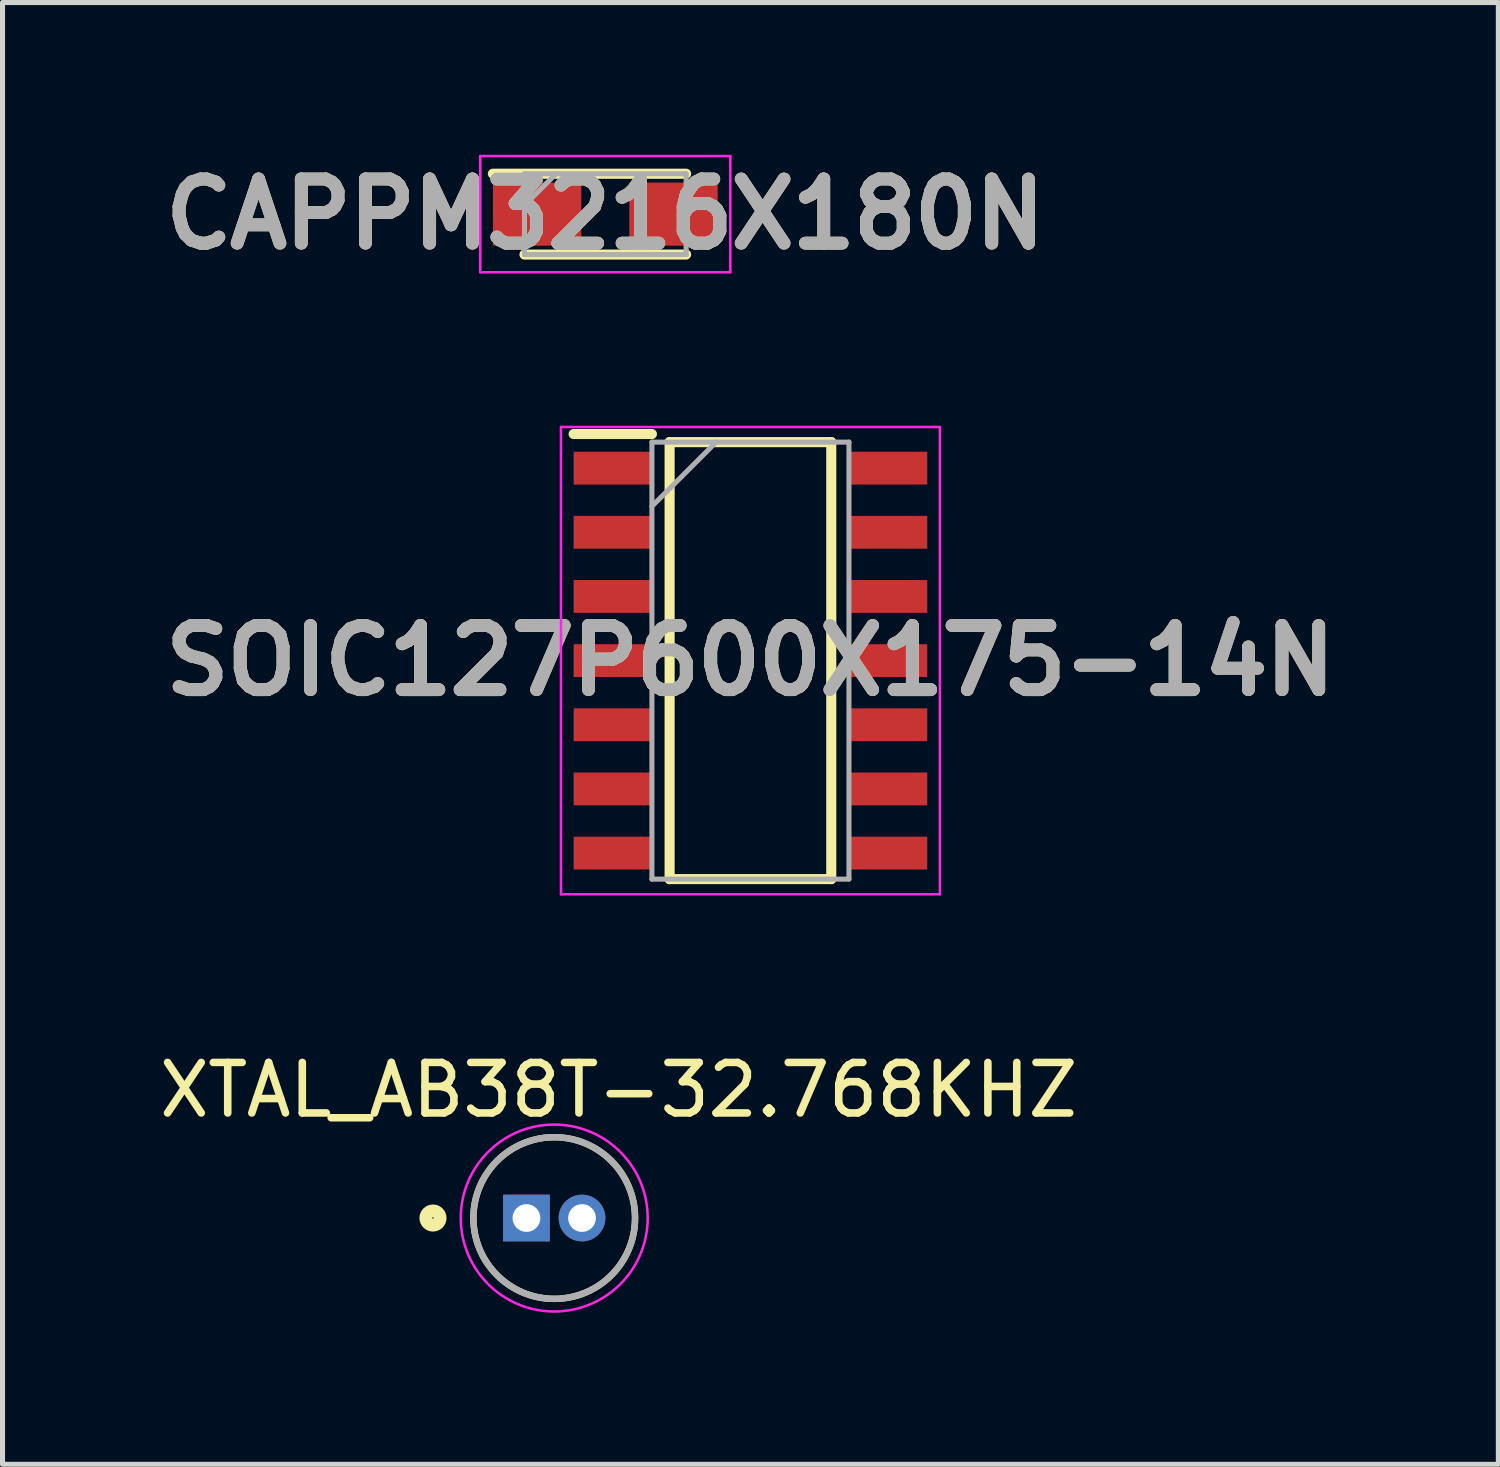
<source format=kicad_pcb>
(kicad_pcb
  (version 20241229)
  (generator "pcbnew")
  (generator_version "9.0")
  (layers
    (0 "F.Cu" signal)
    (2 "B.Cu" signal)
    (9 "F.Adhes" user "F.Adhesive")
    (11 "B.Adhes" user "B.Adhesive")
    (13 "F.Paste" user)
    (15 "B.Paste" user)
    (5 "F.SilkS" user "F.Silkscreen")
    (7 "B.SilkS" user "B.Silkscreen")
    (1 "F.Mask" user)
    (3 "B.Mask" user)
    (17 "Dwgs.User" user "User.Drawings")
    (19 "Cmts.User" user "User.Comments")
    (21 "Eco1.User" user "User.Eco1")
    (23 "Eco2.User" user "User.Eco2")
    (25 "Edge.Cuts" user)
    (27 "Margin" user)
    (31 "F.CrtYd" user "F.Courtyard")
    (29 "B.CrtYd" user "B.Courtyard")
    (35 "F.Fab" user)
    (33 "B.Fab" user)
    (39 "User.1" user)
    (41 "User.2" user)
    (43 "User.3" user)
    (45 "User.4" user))
  (footprint "SOIC127P600X175-14N"
    (layer "F.Cu")
    (at 11.805 10.027)
    (property "Reference" "SOIC127P600X175-14N" (at 0 0 0) (layer "F.SilkS") (effects (font (size 1.27 1.27) (thickness 0.254))))
    (attr smd)
    (fp_line (start -3.5 -4.485) (end -1.95 -4.485) (stroke (width 0.2) (type solid)) (layer "F.SilkS"))
    (fp_line (start -1.6 -4.325) (end 1.6 -4.325) (stroke (width 0.2) (type solid)) (layer "F.SilkS"))
    (fp_line (start -1.6 4.325) (end -1.6 -4.325) (stroke (width 0.2) (type solid)) (layer "F.SilkS"))
    (fp_line (start 1.6 -4.325) (end 1.6 4.325) (stroke (width 0.2) (type solid)) (layer "F.SilkS"))
    (fp_line (start 1.6 4.325) (end -1.6 4.325) (stroke (width 0.2) (type solid)) (layer "F.SilkS"))
    (fp_line (start -3.75 -4.625) (end 3.75 -4.625) (stroke (width 0.05) (type solid)) (layer "F.CrtYd"))
    (fp_line (start -3.75 4.625) (end -3.75 -4.625) (stroke (width 0.05) (type solid)) (layer "F.CrtYd"))
    (fp_line (start 3.75 -4.625) (end 3.75 4.625) (stroke (width 0.05) (type solid)) (layer "F.CrtYd"))
    (fp_line (start 3.75 4.625) (end -3.75 4.625) (stroke (width 0.05) (type solid)) (layer "F.CrtYd"))
    (fp_line (start -1.95 -4.325) (end 1.95 -4.325) (stroke (width 0.1) (type solid)) (layer "F.Fab"))
    (fp_line (start -1.95 -3.055) (end -0.68 -4.325) (stroke (width 0.1) (type solid)) (layer "F.Fab"))
    (fp_line (start -1.95 4.325) (end -1.95 -4.325) (stroke (width 0.1) (type solid)) (layer "F.Fab"))
    (fp_line (start 1.95 -4.325) (end 1.95 4.325) (stroke (width 0.1) (type solid)) (layer "F.Fab"))
    (fp_line (start 1.95 4.325) (end -1.95 4.325) (stroke (width 0.1) (type solid)) (layer "F.Fab"))
    (fp_text user "${REFERENCE}" (at 0 0 0) (layer "F.Fab") (effects (font (size 1.27 1.27) (thickness 0.254))))
    (pad "1" smd rect (at -2.725 -3.81 90) (size 0.65 1.55) (layers "F.Cu" "F.Mask" "F.Paste"))
    (pad "2" smd rect (at -2.725 -2.54 90) (size 0.65 1.55) (layers "F.Cu" "F.Mask" "F.Paste"))
    (pad "3" smd rect (at -2.725 -1.27 90) (size 0.65 1.55) (layers "F.Cu" "F.Mask" "F.Paste"))
    (pad "4" smd rect (at -2.725 0 90) (size 0.65 1.55) (layers "F.Cu" "F.Mask" "F.Paste"))
    (pad "5" smd rect (at -2.725 1.27 90) (size 0.65 1.55) (layers "F.Cu" "F.Mask" "F.Paste"))
    (pad "6" smd rect (at -2.725 2.54 90) (size 0.65 1.55) (layers "F.Cu" "F.Mask" "F.Paste"))
    (pad "7" smd rect (at -2.725 3.81 90) (size 0.65 1.55) (layers "F.Cu" "F.Mask" "F.Paste"))
    (pad "8" smd rect (at 2.725 3.81 90) (size 0.65 1.55) (layers "F.Cu" "F.Mask" "F.Paste"))
    (pad "9" smd rect (at 2.725 2.54 90) (size 0.65 1.55) (layers "F.Cu" "F.Mask" "F.Paste"))
    (pad "10" smd rect (at 2.725 1.27 90) (size 0.65 1.55) (layers "F.Cu" "F.Mask" "F.Paste"))
    (pad "11" smd rect (at 2.725 0 90) (size 0.65 1.55) (layers "F.Cu" "F.Mask" "F.Paste"))
    (pad "12" smd rect (at 2.725 -1.27 90) (size 0.65 1.55) (layers "F.Cu" "F.Mask" "F.Paste"))
    (pad "13" smd rect (at 2.725 -2.54 90) (size 0.65 1.55) (layers "F.Cu" "F.Mask" "F.Paste"))
    (pad "14" smd rect (at 2.725 -3.81 90) (size 0.65 1.55) (layers "F.Cu" "F.Mask" "F.Paste")))
  (footprint "XTAL_AB38T-32.768KHZ"
    (layer "F.Cu")
    (at 7.921 21.061)
    (property "Reference" "XTAL_AB38T-32.768KHZ" (at 1.275 -2.535 0) (layer "F.SilkS") (effects (font (size 1 1) (thickness 0.15))))
    (attr through_hole)
    (fp_circle (center -2.4 0) (end -2.259 0) (stroke (width 0.254) (type solid)) (fill no) (layer "F.SilkS"))
    (fp_circle (center 0 0) (end 1.6 0) (stroke (width 0.127) (type solid)) (fill no) (layer "F.SilkS"))
    (fp_circle (center 0 0) (end 1.85 0) (stroke (width 0.05) (type solid)) (fill no) (layer "F.CrtYd"))
    (fp_circle (center 0 0) (end 1.6 0) (stroke (width 0.127) (type solid)) (fill no) (layer "F.Fab"))
    (pad "1" thru_hole rect (at -0.55 0) (size 0.925 0.925) (drill 0.55) (layers "*.Cu" "*.Mask"))
    (pad "2" thru_hole circle (at 0.55 0) (size 0.925 0.925) (drill 0.55) (layers "*.Cu" "*.Mask")))
  (footprint "CAPPM3216X180N"
    (layer "F.Cu")
    (at 8.932 1.189)
    (property "Reference" "CAPPM3216X180N" (at 0 0 0) (layer "F.SilkS") (effects (font (size 1.27 1.27) (thickness 0.254))))
    (attr smd)
    (fp_line (start -1.6 0.8) (end 1.6 0.8) (stroke (width 0.2) (type solid)) (layer "F.SilkS"))
    (fp_line (start 1.6 -0.8) (end -2.225 -0.8) (stroke (width 0.2) (type solid)) (layer "F.SilkS"))
    (fp_line (start -2.475 -1.15) (end 2.475 -1.15) (stroke (width 0.05) (type solid)) (layer "F.CrtYd"))
    (fp_line (start -2.475 1.15) (end -2.475 -1.15) (stroke (width 0.05) (type solid)) (layer "F.CrtYd"))
    (fp_line (start 2.475 -1.15) (end 2.475 1.15) (stroke (width 0.05) (type solid)) (layer "F.CrtYd"))
    (fp_line (start 2.475 1.15) (end -2.475 1.15) (stroke (width 0.05) (type solid)) (layer "F.CrtYd"))
    (fp_line (start -1.6 -0.8) (end 1.6 -0.8) (stroke (width 0.1) (type solid)) (layer "F.Fab"))
    (fp_line (start -1.6 -0.175) (end -0.975 -0.8) (stroke (width 0.1) (type solid)) (layer "F.Fab"))
    (fp_line (start -1.6 0.8) (end -1.6 -0.8) (stroke (width 0.1) (type solid)) (layer "F.Fab"))
    (fp_line (start 1.6 -0.8) (end 1.6 0.8) (stroke (width 0.1) (type solid)) (layer "F.Fab"))
    (fp_line (start 1.6 0.8) (end -1.6 0.8) (stroke (width 0.1) (type solid)) (layer "F.Fab"))
    (fp_text user "${REFERENCE}" (at 0 0 0) (layer "F.Fab") (effects (font (size 1.27 1.27) (thickness 0.254))))
    (pad "1" smd rect (at -1.35 0 90) (size 1.25 1.75) (layers "F.Cu" "F.Mask" "F.Paste"))
    (pad "2" smd rect (at 1.35 0 90) (size 1.25 1.75) (layers "F.Cu" "F.Mask" "F.Paste")))
  (gr_rect
    (start -3 -3)
    (end 26.61 25.936)
    (stroke (width 0.1) (type default))
    (fill no)
    (layer "Edge.Cuts")))
</source>
